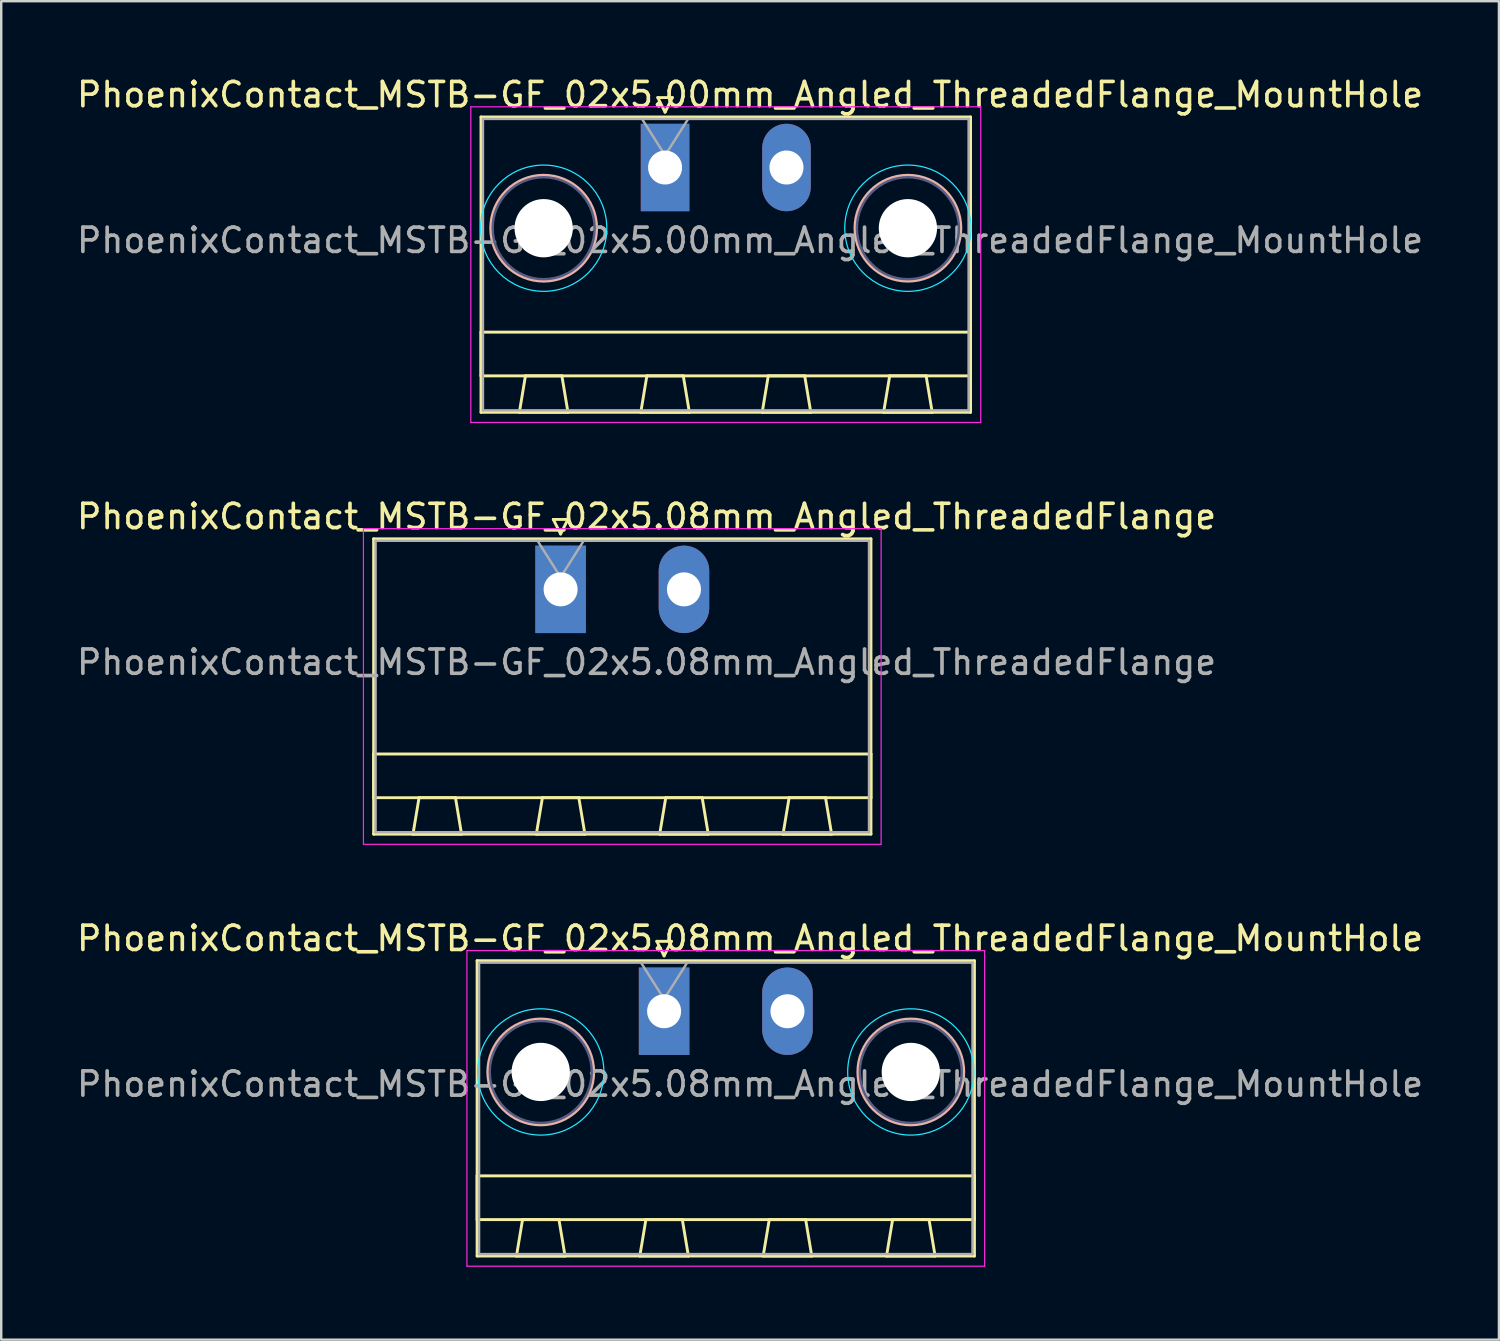
<source format=kicad_pcb>
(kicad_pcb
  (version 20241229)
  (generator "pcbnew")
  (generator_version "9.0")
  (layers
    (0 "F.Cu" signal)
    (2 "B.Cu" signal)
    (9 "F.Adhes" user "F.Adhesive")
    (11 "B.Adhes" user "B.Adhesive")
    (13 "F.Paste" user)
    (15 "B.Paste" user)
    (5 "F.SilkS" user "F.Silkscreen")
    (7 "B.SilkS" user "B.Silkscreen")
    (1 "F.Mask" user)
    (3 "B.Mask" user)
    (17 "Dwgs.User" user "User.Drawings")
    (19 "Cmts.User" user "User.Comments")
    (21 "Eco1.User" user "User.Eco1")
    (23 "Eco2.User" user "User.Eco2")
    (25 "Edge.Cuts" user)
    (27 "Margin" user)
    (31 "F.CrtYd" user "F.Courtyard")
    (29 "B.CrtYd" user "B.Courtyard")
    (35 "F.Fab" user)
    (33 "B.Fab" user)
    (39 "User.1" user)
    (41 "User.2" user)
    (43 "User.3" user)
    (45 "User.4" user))
  (footprint "PhoenixContact_MSTB-GF_02x5.00mm_Angled_ThreadedFlange_MountHole"
    (layer "F.Cu")
    (at 24.339 3.848)
    (property "Reference" "PhoenixContact_MSTB-GF_02x5.00mm_Angled_ThreadedFlange_MountHole" (at 3.5 -3 0) (layer "F.SilkS") (effects (font (size 1 1) (thickness 0.15))))
    (attr through_hole)
    (fp_line (start -7.58 -2.08) (end -7.58 10.08) (stroke (width 0.12) (type solid)) (layer "F.SilkS"))
    (fp_line (start -7.58 6.78) (end 12.58 6.78) (stroke (width 0.12) (type solid)) (layer "F.SilkS"))
    (fp_line (start -7.58 8.58) (end -7.58 6.78) (stroke (width 0.12) (type solid)) (layer "F.SilkS"))
    (fp_line (start -7.58 10.08) (end 12.58 10.08) (stroke (width 0.12) (type solid)) (layer "F.SilkS"))
    (fp_line (start -6 10.08) (end -4 10.08) (stroke (width 0.12) (type solid)) (layer "F.SilkS"))
    (fp_line (start -5.75 8.58) (end -6 10.08) (stroke (width 0.12) (type solid)) (layer "F.SilkS"))
    (fp_line (start -4.25 8.58) (end -5.75 8.58) (stroke (width 0.12) (type solid)) (layer "F.SilkS"))
    (fp_line (start -4 10.08) (end -4.25 8.58) (stroke (width 0.12) (type solid)) (layer "F.SilkS"))
    (fp_line (start -1 10.08) (end 1 10.08) (stroke (width 0.12) (type solid)) (layer "F.SilkS"))
    (fp_line (start -0.75 8.58) (end -1 10.08) (stroke (width 0.12) (type solid)) (layer "F.SilkS"))
    (fp_line (start -0.3 -2.88) (end 0.3 -2.88) (stroke (width 0.12) (type solid)) (layer "F.SilkS"))
    (fp_line (start 0 -2.28) (end -0.3 -2.88) (stroke (width 0.12) (type solid)) (layer "F.SilkS"))
    (fp_line (start 0.3 -2.88) (end 0 -2.28) (stroke (width 0.12) (type solid)) (layer "F.SilkS"))
    (fp_line (start 0.75 8.58) (end -0.75 8.58) (stroke (width 0.12) (type solid)) (layer "F.SilkS"))
    (fp_line (start 1 10.08) (end 0.75 8.58) (stroke (width 0.12) (type solid)) (layer "F.SilkS"))
    (fp_line (start 4 10.08) (end 6 10.08) (stroke (width 0.12) (type solid)) (layer "F.SilkS"))
    (fp_line (start 4.25 8.58) (end 4 10.08) (stroke (width 0.12) (type solid)) (layer "F.SilkS"))
    (fp_line (start 5.75 8.58) (end 4.25 8.58) (stroke (width 0.12) (type solid)) (layer "F.SilkS"))
    (fp_line (start 6 10.08) (end 5.75 8.58) (stroke (width 0.12) (type solid)) (layer "F.SilkS"))
    (fp_line (start 9 10.08) (end 11 10.08) (stroke (width 0.12) (type solid)) (layer "F.SilkS"))
    (fp_line (start 9.25 8.58) (end 9 10.08) (stroke (width 0.12) (type solid)) (layer "F.SilkS"))
    (fp_line (start 10.75 8.58) (end 9.25 8.58) (stroke (width 0.12) (type solid)) (layer "F.SilkS"))
    (fp_line (start 11 10.08) (end 10.75 8.58) (stroke (width 0.12) (type solid)) (layer "F.SilkS"))
    (fp_line (start 12.58 -2.08) (end -7.58 -2.08) (stroke (width 0.12) (type solid)) (layer "F.SilkS"))
    (fp_line (start 12.58 6.78) (end 12.58 8.58) (stroke (width 0.12) (type solid)) (layer "F.SilkS"))
    (fp_line (start 12.58 8.58) (end -7.58 8.58) (stroke (width 0.12) (type solid)) (layer "F.SilkS"))
    (fp_line (start 12.58 10.08) (end 12.58 -2.08) (stroke (width 0.12) (type solid)) (layer "F.SilkS"))
    (fp_circle (center -5 2.5) (end -2.82 2.5) (stroke (width 0.12) (type solid)) (fill no) (layer "B.SilkS"))
    (fp_circle (center 10 2.5) (end 12.18 2.5) (stroke (width 0.12) (type solid)) (fill no) (layer "B.SilkS"))
    (fp_circle (center -5 2.5) (end -2.4 2.5) (stroke (width 0.05) (type solid)) (fill no) (layer "B.CrtYd"))
    (fp_circle (center 10 2.5) (end 12.6 2.5) (stroke (width 0.05) (type solid)) (fill no) (layer "B.CrtYd"))
    (fp_line (start -8 -2.5) (end -8 10.5) (stroke (width 0.05) (type solid)) (layer "F.CrtYd"))
    (fp_line (start -8 10.5) (end 13 10.5) (stroke (width 0.05) (type solid)) (layer "F.CrtYd"))
    (fp_line (start 13 -2.5) (end -8 -2.5) (stroke (width 0.05) (type solid)) (layer "F.CrtYd"))
    (fp_line (start 13 10.5) (end 13 -2.5) (stroke (width 0.05) (type solid)) (layer "F.CrtYd"))
    (fp_circle (center -5 2.5) (end -2.9 2.5) (stroke (width 0.1) (type solid)) (fill no) (layer "B.Fab"))
    (fp_circle (center 10 2.5) (end 12.1 2.5) (stroke (width 0.1) (type solid)) (fill no) (layer "B.Fab"))
    (fp_line (start -7.5 -2) (end -7.5 10) (stroke (width 0.1) (type solid)) (layer "F.Fab"))
    (fp_line (start -7.5 10) (end 12.5 10) (stroke (width 0.1) (type solid)) (layer "F.Fab"))
    (fp_line (start 0 -0.5) (end -0.95 -2) (stroke (width 0.1) (type solid)) (layer "F.Fab"))
    (fp_line (start 0.95 -2) (end 0 -0.5) (stroke (width 0.1) (type solid)) (layer "F.Fab"))
    (fp_line (start 12.5 -2) (end -7.5 -2) (stroke (width 0.1) (type solid)) (layer "F.Fab"))
    (fp_line (start 12.5 10) (end 12.5 -2) (stroke (width 0.1) (type solid)) (layer "F.Fab"))
    (fp_text user "${REFERENCE}" (at 3.5 3 0) (layer "F.Fab") (effects (font (size 1 1) (thickness 0.15))))
    (pad "" np_thru_hole circle (at -5 2.5) (size 2.4 2.4) (drill 2.4) (layers "*.Cu" "*.Mask"))
    (pad "" np_thru_hole circle (at 10 2.5) (size 2.4 2.4) (drill 2.4) (layers "*.Cu" "*.Mask"))
    (pad "1" thru_hole rect (at 0 0) (size 2 3.6) (drill 1.4) (layers "*.Cu" "*.Mask"))
    (pad "2" thru_hole oval (at 5 0) (size 2 3.6) (drill 1.4) (layers "*.Cu" "*.Mask")))
  (footprint "PhoenixContact_MSTB-GF_02x5.08mm_Angled_ThreadedFlange"
    (layer "F.Cu")
    (at 20.037 21.221)
    (property "Reference" "PhoenixContact_MSTB-GF_02x5.08mm_Angled_ThreadedFlange" (at 3.54 -3 0) (layer "F.SilkS") (effects (font (size 1 1) (thickness 0.15))))
    (attr through_hole)
    (fp_line (start -7.7 -2.08) (end -7.7 10.08) (stroke (width 0.12) (type solid)) (layer "F.SilkS"))
    (fp_line (start -7.7 6.78) (end 12.78 6.78) (stroke (width 0.12) (type solid)) (layer "F.SilkS"))
    (fp_line (start -7.7 8.58) (end -7.7 6.78) (stroke (width 0.12) (type solid)) (layer "F.SilkS"))
    (fp_line (start -7.7 10.08) (end 12.78 10.08) (stroke (width 0.12) (type solid)) (layer "F.SilkS"))
    (fp_line (start -6.08 10.08) (end -4.08 10.08) (stroke (width 0.12) (type solid)) (layer "F.SilkS"))
    (fp_line (start -5.83 8.58) (end -6.08 10.08) (stroke (width 0.12) (type solid)) (layer "F.SilkS"))
    (fp_line (start -4.33 8.58) (end -5.83 8.58) (stroke (width 0.12) (type solid)) (layer "F.SilkS"))
    (fp_line (start -4.08 10.08) (end -4.33 8.58) (stroke (width 0.12) (type solid)) (layer "F.SilkS"))
    (fp_line (start -1 10.08) (end 1 10.08) (stroke (width 0.12) (type solid)) (layer "F.SilkS"))
    (fp_line (start -0.75 8.58) (end -1 10.08) (stroke (width 0.12) (type solid)) (layer "F.SilkS"))
    (fp_line (start -0.3 -2.88) (end 0.3 -2.88) (stroke (width 0.12) (type solid)) (layer "F.SilkS"))
    (fp_line (start 0 -2.28) (end -0.3 -2.88) (stroke (width 0.12) (type solid)) (layer "F.SilkS"))
    (fp_line (start 0.3 -2.88) (end 0 -2.28) (stroke (width 0.12) (type solid)) (layer "F.SilkS"))
    (fp_line (start 0.75 8.58) (end -0.75 8.58) (stroke (width 0.12) (type solid)) (layer "F.SilkS"))
    (fp_line (start 1 10.08) (end 0.75 8.58) (stroke (width 0.12) (type solid)) (layer "F.SilkS"))
    (fp_line (start 4.08 10.08) (end 6.08 10.08) (stroke (width 0.12) (type solid)) (layer "F.SilkS"))
    (fp_line (start 4.33 8.58) (end 4.08 10.08) (stroke (width 0.12) (type solid)) (layer "F.SilkS"))
    (fp_line (start 5.83 8.58) (end 4.33 8.58) (stroke (width 0.12) (type solid)) (layer "F.SilkS"))
    (fp_line (start 6.08 10.08) (end 5.83 8.58) (stroke (width 0.12) (type solid)) (layer "F.SilkS"))
    (fp_line (start 9.16 10.08) (end 11.16 10.08) (stroke (width 0.12) (type solid)) (layer "F.SilkS"))
    (fp_line (start 9.41 8.58) (end 9.16 10.08) (stroke (width 0.12) (type solid)) (layer "F.SilkS"))
    (fp_line (start 10.91 8.58) (end 9.41 8.58) (stroke (width 0.12) (type solid)) (layer "F.SilkS"))
    (fp_line (start 11.16 10.08) (end 10.91 8.58) (stroke (width 0.12) (type solid)) (layer "F.SilkS"))
    (fp_line (start 12.78 -2.08) (end -7.7 -2.08) (stroke (width 0.12) (type solid)) (layer "F.SilkS"))
    (fp_line (start 12.78 6.78) (end 12.78 8.58) (stroke (width 0.12) (type solid)) (layer "F.SilkS"))
    (fp_line (start 12.78 8.58) (end -7.7 8.58) (stroke (width 0.12) (type solid)) (layer "F.SilkS"))
    (fp_line (start 12.78 10.08) (end 12.78 -2.08) (stroke (width 0.12) (type solid)) (layer "F.SilkS"))
    (fp_line (start -8.12 -2.5) (end -8.12 10.5) (stroke (width 0.05) (type solid)) (layer "F.CrtYd"))
    (fp_line (start -8.12 10.5) (end 13.2 10.5) (stroke (width 0.05) (type solid)) (layer "F.CrtYd"))
    (fp_line (start 13.2 -2.5) (end -8.12 -2.5) (stroke (width 0.05) (type solid)) (layer "F.CrtYd"))
    (fp_line (start 13.2 10.5) (end 13.2 -2.5) (stroke (width 0.05) (type solid)) (layer "F.CrtYd"))
    (fp_line (start -7.62 -2) (end -7.62 10) (stroke (width 0.1) (type solid)) (layer "F.Fab"))
    (fp_line (start -7.62 10) (end 12.7 10) (stroke (width 0.1) (type solid)) (layer "F.Fab"))
    (fp_line (start 0 -0.5) (end -0.95 -2) (stroke (width 0.1) (type solid)) (layer "F.Fab"))
    (fp_line (start 0.95 -2) (end 0 -0.5) (stroke (width 0.1) (type solid)) (layer "F.Fab"))
    (fp_line (start 12.7 -2) (end -7.62 -2) (stroke (width 0.1) (type solid)) (layer "F.Fab"))
    (fp_line (start 12.7 10) (end 12.7 -2) (stroke (width 0.1) (type solid)) (layer "F.Fab"))
    (fp_text user "${REFERENCE}" (at 3.54 3 0) (layer "F.Fab") (effects (font (size 1 1) (thickness 0.15))))
    (pad "1" thru_hole rect (at 0 0) (size 2.08 3.6) (drill 1.4) (layers "*.Cu" "*.Mask"))
    (pad "2" thru_hole oval (at 5.08 0) (size 2.08 3.6) (drill 1.4) (layers "*.Cu" "*.Mask")))
  (footprint "PhoenixContact_MSTB-GF_02x5.08mm_Angled_ThreadedFlange_MountHole"
    (layer "F.Cu")
    (at 24.299 38.595)
    (property "Reference" "PhoenixContact_MSTB-GF_02x5.08mm_Angled_ThreadedFlange_MountHole" (at 3.54 -3 0) (layer "F.SilkS") (effects (font (size 1 1) (thickness 0.15))))
    (attr through_hole)
    (fp_line (start -7.7 -2.08) (end -7.7 10.08) (stroke (width 0.12) (type solid)) (layer "F.SilkS"))
    (fp_line (start -7.7 6.78) (end 12.78 6.78) (stroke (width 0.12) (type solid)) (layer "F.SilkS"))
    (fp_line (start -7.7 8.58) (end -7.7 6.78) (stroke (width 0.12) (type solid)) (layer "F.SilkS"))
    (fp_line (start -7.7 10.08) (end 12.78 10.08) (stroke (width 0.12) (type solid)) (layer "F.SilkS"))
    (fp_line (start -6.08 10.08) (end -4.08 10.08) (stroke (width 0.12) (type solid)) (layer "F.SilkS"))
    (fp_line (start -5.83 8.58) (end -6.08 10.08) (stroke (width 0.12) (type solid)) (layer "F.SilkS"))
    (fp_line (start -4.33 8.58) (end -5.83 8.58) (stroke (width 0.12) (type solid)) (layer "F.SilkS"))
    (fp_line (start -4.08 10.08) (end -4.33 8.58) (stroke (width 0.12) (type solid)) (layer "F.SilkS"))
    (fp_line (start -1 10.08) (end 1 10.08) (stroke (width 0.12) (type solid)) (layer "F.SilkS"))
    (fp_line (start -0.75 8.58) (end -1 10.08) (stroke (width 0.12) (type solid)) (layer "F.SilkS"))
    (fp_line (start -0.3 -2.88) (end 0.3 -2.88) (stroke (width 0.12) (type solid)) (layer "F.SilkS"))
    (fp_line (start 0 -2.28) (end -0.3 -2.88) (stroke (width 0.12) (type solid)) (layer "F.SilkS"))
    (fp_line (start 0.3 -2.88) (end 0 -2.28) (stroke (width 0.12) (type solid)) (layer "F.SilkS"))
    (fp_line (start 0.75 8.58) (end -0.75 8.58) (stroke (width 0.12) (type solid)) (layer "F.SilkS"))
    (fp_line (start 1 10.08) (end 0.75 8.58) (stroke (width 0.12) (type solid)) (layer "F.SilkS"))
    (fp_line (start 4.08 10.08) (end 6.08 10.08) (stroke (width 0.12) (type solid)) (layer "F.SilkS"))
    (fp_line (start 4.33 8.58) (end 4.08 10.08) (stroke (width 0.12) (type solid)) (layer "F.SilkS"))
    (fp_line (start 5.83 8.58) (end 4.33 8.58) (stroke (width 0.12) (type solid)) (layer "F.SilkS"))
    (fp_line (start 6.08 10.08) (end 5.83 8.58) (stroke (width 0.12) (type solid)) (layer "F.SilkS"))
    (fp_line (start 9.16 10.08) (end 11.16 10.08) (stroke (width 0.12) (type solid)) (layer "F.SilkS"))
    (fp_line (start 9.41 8.58) (end 9.16 10.08) (stroke (width 0.12) (type solid)) (layer "F.SilkS"))
    (fp_line (start 10.91 8.58) (end 9.41 8.58) (stroke (width 0.12) (type solid)) (layer "F.SilkS"))
    (fp_line (start 11.16 10.08) (end 10.91 8.58) (stroke (width 0.12) (type solid)) (layer "F.SilkS"))
    (fp_line (start 12.78 -2.08) (end -7.7 -2.08) (stroke (width 0.12) (type solid)) (layer "F.SilkS"))
    (fp_line (start 12.78 6.78) (end 12.78 8.58) (stroke (width 0.12) (type solid)) (layer "F.SilkS"))
    (fp_line (start 12.78 8.58) (end -7.7 8.58) (stroke (width 0.12) (type solid)) (layer "F.SilkS"))
    (fp_line (start 12.78 10.08) (end 12.78 -2.08) (stroke (width 0.12) (type solid)) (layer "F.SilkS"))
    (fp_circle (center -5.08 2.5) (end -2.9 2.5) (stroke (width 0.12) (type solid)) (fill no) (layer "B.SilkS"))
    (fp_circle (center 10.16 2.5) (end 12.34 2.5) (stroke (width 0.12) (type solid)) (fill no) (layer "B.SilkS"))
    (fp_circle (center -5.08 2.5) (end -2.48 2.5) (stroke (width 0.05) (type solid)) (fill no) (layer "B.CrtYd"))
    (fp_circle (center 10.16 2.5) (end 12.76 2.5) (stroke (width 0.05) (type solid)) (fill no) (layer "B.CrtYd"))
    (fp_line (start -8.12 -2.5) (end -8.12 10.5) (stroke (width 0.05) (type solid)) (layer "F.CrtYd"))
    (fp_line (start -8.12 10.5) (end 13.2 10.5) (stroke (width 0.05) (type solid)) (layer "F.CrtYd"))
    (fp_line (start 13.2 -2.5) (end -8.12 -2.5) (stroke (width 0.05) (type solid)) (layer "F.CrtYd"))
    (fp_line (start 13.2 10.5) (end 13.2 -2.5) (stroke (width 0.05) (type solid)) (layer "F.CrtYd"))
    (fp_circle (center -5.08 2.5) (end -2.98 2.5) (stroke (width 0.1) (type solid)) (fill no) (layer "B.Fab"))
    (fp_circle (center 10.16 2.5) (end 12.26 2.5) (stroke (width 0.1) (type solid)) (fill no) (layer "B.Fab"))
    (fp_line (start -7.62 -2) (end -7.62 10) (stroke (width 0.1) (type solid)) (layer "F.Fab"))
    (fp_line (start -7.62 10) (end 12.7 10) (stroke (width 0.1) (type solid)) (layer "F.Fab"))
    (fp_line (start 0 -0.5) (end -0.95 -2) (stroke (width 0.1) (type solid)) (layer "F.Fab"))
    (fp_line (start 0.95 -2) (end 0 -0.5) (stroke (width 0.1) (type solid)) (layer "F.Fab"))
    (fp_line (start 12.7 -2) (end -7.62 -2) (stroke (width 0.1) (type solid)) (layer "F.Fab"))
    (fp_line (start 12.7 10) (end 12.7 -2) (stroke (width 0.1) (type solid)) (layer "F.Fab"))
    (fp_text user "${REFERENCE}" (at 3.54 3 0) (layer "F.Fab") (effects (font (size 1 1) (thickness 0.15))))
    (pad "" np_thru_hole circle (at -5.08 2.5) (size 2.4 2.4) (drill 2.4) (layers "*.Cu" "*.Mask"))
    (pad "" np_thru_hole circle (at 10.16 2.5) (size 2.4 2.4) (drill 2.4) (layers "*.Cu" "*.Mask"))
    (pad "1" thru_hole rect (at 0 0) (size 2.08 3.6) (drill 1.4) (layers "*.Cu" "*.Mask"))
    (pad "2" thru_hole oval (at 5.08 0) (size 2.08 3.6) (drill 1.4) (layers "*.Cu" "*.Mask")))
  (gr_rect
    (start -3 -3)
    (end 58.679 52.12)
    (stroke (width 0.1) (type default))
    (fill no)
    (layer "Edge.Cuts")))
</source>
